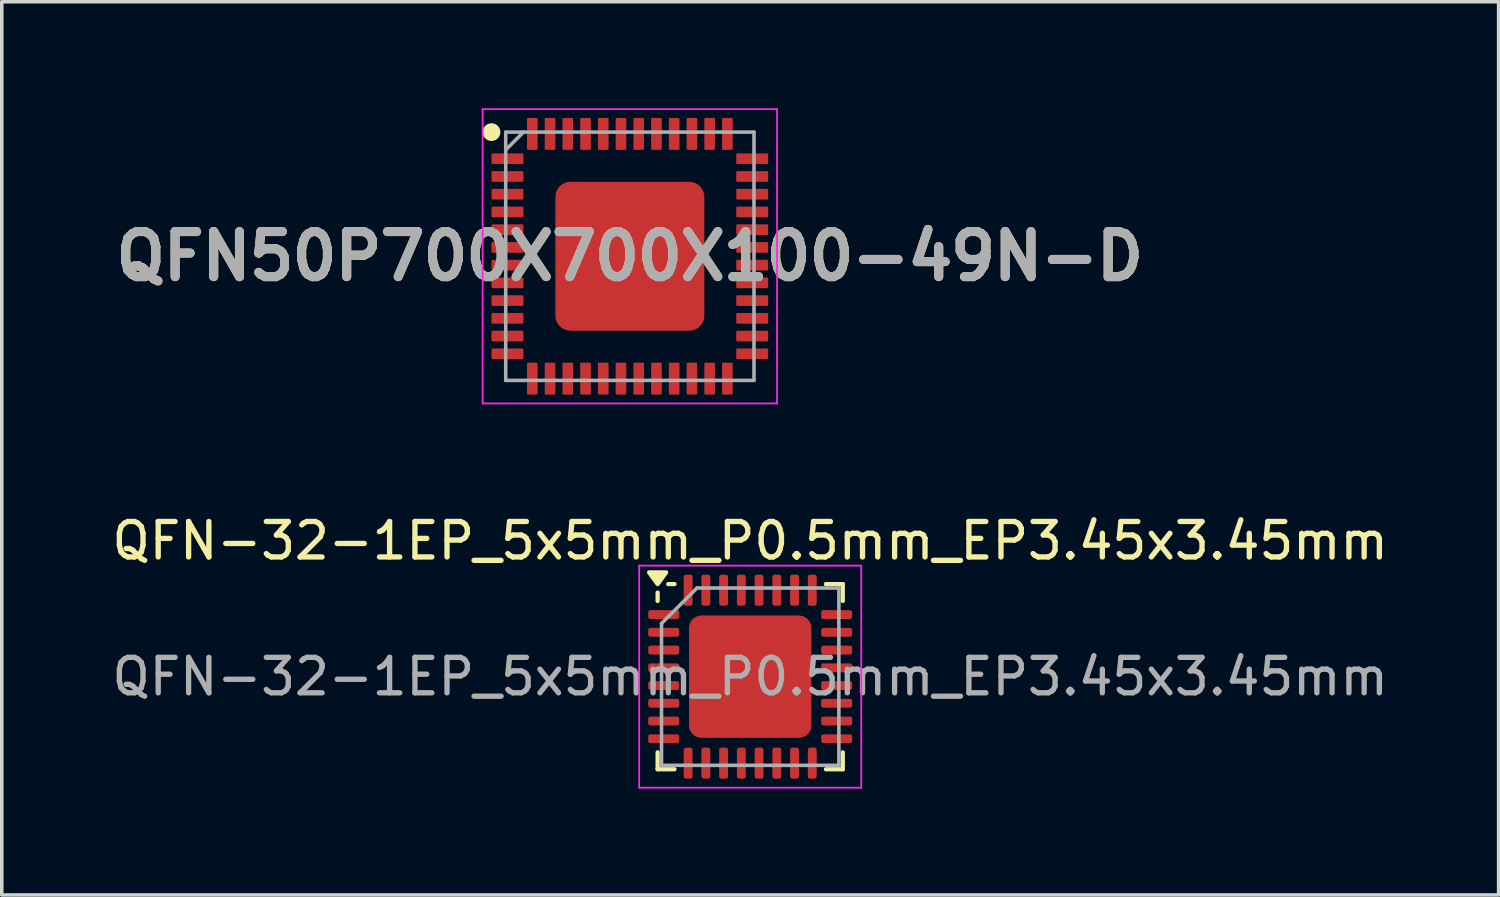
<source format=kicad_pcb>
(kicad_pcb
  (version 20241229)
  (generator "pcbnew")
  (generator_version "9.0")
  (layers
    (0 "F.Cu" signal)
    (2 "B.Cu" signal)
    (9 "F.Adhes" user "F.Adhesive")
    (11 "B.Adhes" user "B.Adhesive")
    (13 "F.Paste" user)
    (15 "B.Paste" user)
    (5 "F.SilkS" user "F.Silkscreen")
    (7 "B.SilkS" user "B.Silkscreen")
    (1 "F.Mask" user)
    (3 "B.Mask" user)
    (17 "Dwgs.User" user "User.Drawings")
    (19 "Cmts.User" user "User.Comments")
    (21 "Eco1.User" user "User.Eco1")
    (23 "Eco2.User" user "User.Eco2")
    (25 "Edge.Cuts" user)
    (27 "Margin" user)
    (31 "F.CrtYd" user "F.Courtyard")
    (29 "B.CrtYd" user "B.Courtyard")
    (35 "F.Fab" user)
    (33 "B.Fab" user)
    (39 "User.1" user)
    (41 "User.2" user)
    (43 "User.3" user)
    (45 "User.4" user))
  (footprint "QFN-32-1EP_5x5mm_P0.5mm_EP3.45x3.45mm"
    (layer "F.Cu")
    (at 18.101 16.028)
    (property "Reference" "QFN-32-1EP_5x5mm_P0.5mm_EP3.45x3.45mm" (at 0 -3.83 0) (layer "F.SilkS") (effects (font (size 1 1) (thickness 0.15))))
    (attr smd)
    (fp_line (start -2.61 -2.135) (end -2.61 -2.37) (stroke (width 0.12) (type solid)) (layer "F.SilkS"))
    (fp_line (start -2.61 2.61) (end -2.61 2.135) (stroke (width 0.12) (type solid)) (layer "F.SilkS"))
    (fp_line (start -2.135 -2.61) (end -2.31 -2.61) (stroke (width 0.12) (type solid)) (layer "F.SilkS"))
    (fp_line (start -2.135 2.61) (end -2.61 2.61) (stroke (width 0.12) (type solid)) (layer "F.SilkS"))
    (fp_line (start 2.135 -2.61) (end 2.61 -2.61) (stroke (width 0.12) (type solid)) (layer "F.SilkS"))
    (fp_line (start 2.135 2.61) (end 2.61 2.61) (stroke (width 0.12) (type solid)) (layer "F.SilkS"))
    (fp_line (start 2.61 -2.61) (end 2.61 -2.135) (stroke (width 0.12) (type solid)) (layer "F.SilkS"))
    (fp_line (start 2.61 2.61) (end 2.61 2.135) (stroke (width 0.12) (type solid)) (layer "F.SilkS"))
    (fp_poly (pts (xy -2.61 -2.61) (xy -2.85 -2.94) (xy -2.37 -2.94) (xy -2.61 -2.61)) (stroke (width 0.12) (type solid)) (fill yes) (layer "F.SilkS"))
    (fp_line (start -3.13 -3.13) (end -3.13 3.13) (stroke (width 0.05) (type solid)) (layer "F.CrtYd"))
    (fp_line (start -3.13 3.13) (end 3.13 3.13) (stroke (width 0.05) (type solid)) (layer "F.CrtYd"))
    (fp_line (start 3.13 -3.13) (end -3.13 -3.13) (stroke (width 0.05) (type solid)) (layer "F.CrtYd"))
    (fp_line (start 3.13 3.13) (end 3.13 -3.13) (stroke (width 0.05) (type solid)) (layer "F.CrtYd"))
    (fp_line (start -2.5 -1.5) (end -1.5 -2.5) (stroke (width 0.1) (type solid)) (layer "F.Fab"))
    (fp_line (start -2.5 2.5) (end -2.5 -1.5) (stroke (width 0.1) (type solid)) (layer "F.Fab"))
    (fp_line (start -1.5 -2.5) (end 2.5 -2.5) (stroke (width 0.1) (type solid)) (layer "F.Fab"))
    (fp_line (start 2.5 -2.5) (end 2.5 2.5) (stroke (width 0.1) (type solid)) (layer "F.Fab"))
    (fp_line (start 2.5 2.5) (end -2.5 2.5) (stroke (width 0.1) (type solid)) (layer "F.Fab"))
    (fp_text user "${REFERENCE}" (at 0 0 0) (layer "F.Fab") (effects (font (size 1 1) (thickness 0.15))))
    (pad "" smd roundrect (at -1.15 -1.15) (size 0.93 0.93) (layers "F.Paste") (roundrect_rratio 0.25))
    (pad "" smd roundrect (at -1.15 0) (size 0.93 0.93) (layers "F.Paste") (roundrect_rratio 0.25))
    (pad "" smd roundrect (at -1.15 1.15) (size 0.93 0.93) (layers "F.Paste") (roundrect_rratio 0.25))
    (pad "" smd roundrect (at 0 -1.15) (size 0.93 0.93) (layers "F.Paste") (roundrect_rratio 0.25))
    (pad "" smd roundrect (at 0 0) (size 0.93 0.93) (layers "F.Paste") (roundrect_rratio 0.25))
    (pad "" smd roundrect (at 0 1.15) (size 0.93 0.93) (layers "F.Paste") (roundrect_rratio 0.25))
    (pad "" smd roundrect (at 1.15 -1.15) (size 0.93 0.93) (layers "F.Paste") (roundrect_rratio 0.25))
    (pad "" smd roundrect (at 1.15 0) (size 0.93 0.93) (layers "F.Paste") (roundrect_rratio 0.25))
    (pad "" smd roundrect (at 1.15 1.15) (size 0.93 0.93) (layers "F.Paste") (roundrect_rratio 0.25))
    (pad "1" smd roundrect (at -2.438 -1.75) (size 0.875 0.25) (layers "F.Cu" "F.Mask" "F.Paste") (roundrect_rratio 0.25))
    (pad "2" smd roundrect (at -2.438 -1.25) (size 0.875 0.25) (layers "F.Cu" "F.Mask" "F.Paste") (roundrect_rratio 0.25))
    (pad "3" smd roundrect (at -2.438 -0.75) (size 0.875 0.25) (layers "F.Cu" "F.Mask" "F.Paste") (roundrect_rratio 0.25))
    (pad "4" smd roundrect (at -2.438 -0.25) (size 0.875 0.25) (layers "F.Cu" "F.Mask" "F.Paste") (roundrect_rratio 0.25))
    (pad "5" smd roundrect (at -2.438 0.25) (size 0.875 0.25) (layers "F.Cu" "F.Mask" "F.Paste") (roundrect_rratio 0.25))
    (pad "6" smd roundrect (at -2.438 0.75) (size 0.875 0.25) (layers "F.Cu" "F.Mask" "F.Paste") (roundrect_rratio 0.25))
    (pad "7" smd roundrect (at -2.438 1.25) (size 0.875 0.25) (layers "F.Cu" "F.Mask" "F.Paste") (roundrect_rratio 0.25))
    (pad "8" smd roundrect (at -2.438 1.75) (size 0.875 0.25) (layers "F.Cu" "F.Mask" "F.Paste") (roundrect_rratio 0.25))
    (pad "9" smd roundrect (at -1.75 2.438) (size 0.25 0.875) (layers "F.Cu" "F.Mask" "F.Paste") (roundrect_rratio 0.25))
    (pad "10" smd roundrect (at -1.25 2.438) (size 0.25 0.875) (layers "F.Cu" "F.Mask" "F.Paste") (roundrect_rratio 0.25))
    (pad "11" smd roundrect (at -0.75 2.438) (size 0.25 0.875) (layers "F.Cu" "F.Mask" "F.Paste") (roundrect_rratio 0.25))
    (pad "12" smd roundrect (at -0.25 2.438) (size 0.25 0.875) (layers "F.Cu" "F.Mask" "F.Paste") (roundrect_rratio 0.25))
    (pad "13" smd roundrect (at 0.25 2.438) (size 0.25 0.875) (layers "F.Cu" "F.Mask" "F.Paste") (roundrect_rratio 0.25))
    (pad "14" smd roundrect (at 0.75 2.438) (size 0.25 0.875) (layers "F.Cu" "F.Mask" "F.Paste") (roundrect_rratio 0.25))
    (pad "15" smd roundrect (at 1.25 2.438) (size 0.25 0.875) (layers "F.Cu" "F.Mask" "F.Paste") (roundrect_rratio 0.25))
    (pad "16" smd roundrect (at 1.75 2.438) (size 0.25 0.875) (layers "F.Cu" "F.Mask" "F.Paste") (roundrect_rratio 0.25))
    (pad "17" smd roundrect (at 2.438 1.75) (size 0.875 0.25) (layers "F.Cu" "F.Mask" "F.Paste") (roundrect_rratio 0.25))
    (pad "18" smd roundrect (at 2.438 1.25) (size 0.875 0.25) (layers "F.Cu" "F.Mask" "F.Paste") (roundrect_rratio 0.25))
    (pad "19" smd roundrect (at 2.438 0.75) (size 0.875 0.25) (layers "F.Cu" "F.Mask" "F.Paste") (roundrect_rratio 0.25))
    (pad "20" smd roundrect (at 2.438 0.25) (size 0.875 0.25) (layers "F.Cu" "F.Mask" "F.Paste") (roundrect_rratio 0.25))
    (pad "21" smd roundrect (at 2.438 -0.25) (size 0.875 0.25) (layers "F.Cu" "F.Mask" "F.Paste") (roundrect_rratio 0.25))
    (pad "22" smd roundrect (at 2.438 -0.75) (size 0.875 0.25) (layers "F.Cu" "F.Mask" "F.Paste") (roundrect_rratio 0.25))
    (pad "23" smd roundrect (at 2.438 -1.25) (size 0.875 0.25) (layers "F.Cu" "F.Mask" "F.Paste") (roundrect_rratio 0.25))
    (pad "24" smd roundrect (at 2.438 -1.75) (size 0.875 0.25) (layers "F.Cu" "F.Mask" "F.Paste") (roundrect_rratio 0.25))
    (pad "25" smd roundrect (at 1.75 -2.438) (size 0.25 0.875) (layers "F.Cu" "F.Mask" "F.Paste") (roundrect_rratio 0.25))
    (pad "26" smd roundrect (at 1.25 -2.438) (size 0.25 0.875) (layers "F.Cu" "F.Mask" "F.Paste") (roundrect_rratio 0.25))
    (pad "27" smd roundrect (at 0.75 -2.438) (size 0.25 0.875) (layers "F.Cu" "F.Mask" "F.Paste") (roundrect_rratio 0.25))
    (pad "28" smd roundrect (at 0.25 -2.438) (size 0.25 0.875) (layers "F.Cu" "F.Mask" "F.Paste") (roundrect_rratio 0.25))
    (pad "29" smd roundrect (at -0.25 -2.438) (size 0.25 0.875) (layers "F.Cu" "F.Mask" "F.Paste") (roundrect_rratio 0.25))
    (pad "30" smd roundrect (at -0.75 -2.438) (size 0.25 0.875) (layers "F.Cu" "F.Mask" "F.Paste") (roundrect_rratio 0.25))
    (pad "31" smd roundrect (at -1.25 -2.438) (size 0.25 0.875) (layers "F.Cu" "F.Mask" "F.Paste") (roundrect_rratio 0.25))
    (pad "32" smd roundrect (at -1.75 -2.438) (size 0.25 0.875) (layers "F.Cu" "F.Mask" "F.Paste") (roundrect_rratio 0.25))
    (pad "33" smd roundrect (at 0 0) (size 3.45 3.45) (property pad_prop_heatsink) (layers "F.Cu" "F.Mask") (roundrect_rratio 0.1)))
  (footprint "QFN50P700X700X100-49N-D"
    (layer "F.Cu")
    (at 14.708 4.175)
    (property "Reference" "QFN50P700X700X100-49N-D" (at 0 0 0) (layer "F.SilkS") (effects (font (size 1.27 1.27) (thickness 0.254))))
    (attr smd)
    (fp_circle (center -3.9 -3.5) (end -3.9 -3.375) (stroke (width 0.25) (type solid)) (fill no) (layer "F.SilkS"))
    (fp_line (start -4.15 -4.15) (end 4.15 -4.15) (stroke (width 0.05) (type solid)) (layer "F.CrtYd"))
    (fp_line (start -4.15 4.15) (end -4.15 -4.15) (stroke (width 0.05) (type solid)) (layer "F.CrtYd"))
    (fp_line (start 4.15 -4.15) (end 4.15 4.15) (stroke (width 0.05) (type solid)) (layer "F.CrtYd"))
    (fp_line (start 4.15 4.15) (end -4.15 4.15) (stroke (width 0.05) (type solid)) (layer "F.CrtYd"))
    (fp_line (start -3.5 -3.5) (end 3.5 -3.5) (stroke (width 0.1) (type solid)) (layer "F.Fab"))
    (fp_line (start -3.5 -3) (end -3 -3.5) (stroke (width 0.1) (type solid)) (layer "F.Fab"))
    (fp_line (start -3.5 3.5) (end -3.5 -3.5) (stroke (width 0.1) (type solid)) (layer "F.Fab"))
    (fp_line (start 3.5 -3.5) (end 3.5 3.5) (stroke (width 0.1) (type solid)) (layer "F.Fab"))
    (fp_line (start 3.5 3.5) (end -3.5 3.5) (stroke (width 0.1) (type solid)) (layer "F.Fab"))
    (fp_text user "${REFERENCE}" (at 0 0 0) (layer "F.Fab") (effects (font (size 1.27 1.27) (thickness 0.254))))
    (pad "1" smd roundrect (at -3.45 -2.75 90) (size 0.3 0.9) (layers "F.Cu" "F.Mask" "F.Paste") (roundrect_rratio 0.1))
    (pad "2" smd roundrect (at -3.45 -2.25 90) (size 0.3 0.9) (layers "F.Cu" "F.Mask" "F.Paste") (roundrect_rratio 0.1))
    (pad "3" smd roundrect (at -3.45 -1.75 90) (size 0.3 0.9) (layers "F.Cu" "F.Mask" "F.Paste") (roundrect_rratio 0.1))
    (pad "4" smd roundrect (at -3.45 -1.25 90) (size 0.3 0.9) (layers "F.Cu" "F.Mask" "F.Paste") (roundrect_rratio 0.1))
    (pad "5" smd roundrect (at -3.45 -0.75 90) (size 0.3 0.9) (layers "F.Cu" "F.Mask" "F.Paste") (roundrect_rratio 0.1))
    (pad "6" smd roundrect (at -3.45 -0.25 90) (size 0.3 0.9) (layers "F.Cu" "F.Mask" "F.Paste") (roundrect_rratio 0.1))
    (pad "7" smd roundrect (at -3.45 0.25 90) (size 0.3 0.9) (layers "F.Cu" "F.Mask" "F.Paste") (roundrect_rratio 0.1))
    (pad "8" smd roundrect (at -3.45 0.75 90) (size 0.3 0.9) (layers "F.Cu" "F.Mask" "F.Paste") (roundrect_rratio 0.1))
    (pad "9" smd roundrect (at -3.45 1.25 90) (size 0.3 0.9) (layers "F.Cu" "F.Mask" "F.Paste") (roundrect_rratio 0.1))
    (pad "10" smd roundrect (at -3.45 1.75 90) (size 0.3 0.9) (layers "F.Cu" "F.Mask" "F.Paste") (roundrect_rratio 0.1))
    (pad "11" smd roundrect (at -3.45 2.25 90) (size 0.3 0.9) (layers "F.Cu" "F.Mask" "F.Paste") (roundrect_rratio 0.1))
    (pad "12" smd roundrect (at -3.45 2.75 90) (size 0.3 0.9) (layers "F.Cu" "F.Mask" "F.Paste") (roundrect_rratio 0.1))
    (pad "13" smd roundrect (at -2.75 3.45) (size 0.3 0.9) (layers "F.Cu" "F.Mask" "F.Paste") (roundrect_rratio 0.1))
    (pad "14" smd roundrect (at -2.25 3.45) (size 0.3 0.9) (layers "F.Cu" "F.Mask" "F.Paste") (roundrect_rratio 0.1))
    (pad "15" smd roundrect (at -1.75 3.45) (size 0.3 0.9) (layers "F.Cu" "F.Mask" "F.Paste") (roundrect_rratio 0.1))
    (pad "16" smd roundrect (at -1.25 3.45) (size 0.3 0.9) (layers "F.Cu" "F.Mask" "F.Paste") (roundrect_rratio 0.1))
    (pad "17" smd roundrect (at -0.75 3.45) (size 0.3 0.9) (layers "F.Cu" "F.Mask" "F.Paste") (roundrect_rratio 0.1))
    (pad "18" smd roundrect (at -0.25 3.45) (size 0.3 0.9) (layers "F.Cu" "F.Mask" "F.Paste") (roundrect_rratio 0.1))
    (pad "19" smd roundrect (at 0.25 3.45) (size 0.3 0.9) (layers "F.Cu" "F.Mask" "F.Paste") (roundrect_rratio 0.1))
    (pad "20" smd roundrect (at 0.75 3.45) (size 0.3 0.9) (layers "F.Cu" "F.Mask" "F.Paste") (roundrect_rratio 0.1))
    (pad "21" smd roundrect (at 1.25 3.45) (size 0.3 0.9) (layers "F.Cu" "F.Mask" "F.Paste") (roundrect_rratio 0.1))
    (pad "22" smd roundrect (at 1.75 3.45) (size 0.3 0.9) (layers "F.Cu" "F.Mask" "F.Paste") (roundrect_rratio 0.1))
    (pad "23" smd roundrect (at 2.25 3.45) (size 0.3 0.9) (layers "F.Cu" "F.Mask" "F.Paste") (roundrect_rratio 0.1))
    (pad "24" smd roundrect (at 2.75 3.45) (size 0.3 0.9) (layers "F.Cu" "F.Mask" "F.Paste") (roundrect_rratio 0.1))
    (pad "25" smd roundrect (at 3.45 2.75 90) (size 0.3 0.9) (layers "F.Cu" "F.Mask" "F.Paste") (roundrect_rratio 0.1))
    (pad "26" smd roundrect (at 3.45 2.25 90) (size 0.3 0.9) (layers "F.Cu" "F.Mask" "F.Paste") (roundrect_rratio 0.1))
    (pad "27" smd roundrect (at 3.45 1.75 90) (size 0.3 0.9) (layers "F.Cu" "F.Mask" "F.Paste") (roundrect_rratio 0.1))
    (pad "28" smd roundrect (at 3.45 1.25 90) (size 0.3 0.9) (layers "F.Cu" "F.Mask" "F.Paste") (roundrect_rratio 0.1))
    (pad "29" smd roundrect (at 3.45 0.75 90) (size 0.3 0.9) (layers "F.Cu" "F.Mask" "F.Paste") (roundrect_rratio 0.1))
    (pad "30" smd roundrect (at 3.45 0.25 90) (size 0.3 0.9) (layers "F.Cu" "F.Mask" "F.Paste") (roundrect_rratio 0.1))
    (pad "31" smd roundrect (at 3.45 -0.25 90) (size 0.3 0.9) (layers "F.Cu" "F.Mask" "F.Paste") (roundrect_rratio 0.1))
    (pad "32" smd roundrect (at 3.45 -0.75 90) (size 0.3 0.9) (layers "F.Cu" "F.Mask" "F.Paste") (roundrect_rratio 0.1))
    (pad "33" smd roundrect (at 3.45 -1.25 90) (size 0.3 0.9) (layers "F.Cu" "F.Mask" "F.Paste") (roundrect_rratio 0.1))
    (pad "34" smd roundrect (at 3.45 -1.75 90) (size 0.3 0.9) (layers "F.Cu" "F.Mask" "F.Paste") (roundrect_rratio 0.1))
    (pad "35" smd roundrect (at 3.45 -2.25 90) (size 0.3 0.9) (layers "F.Cu" "F.Mask" "F.Paste") (roundrect_rratio 0.1))
    (pad "36" smd roundrect (at 3.45 -2.75 90) (size 0.3 0.9) (layers "F.Cu" "F.Mask" "F.Paste") (roundrect_rratio 0.1))
    (pad "37" smd roundrect (at 2.75 -3.45) (size 0.3 0.9) (layers "F.Cu" "F.Mask" "F.Paste") (roundrect_rratio 0.1))
    (pad "38" smd roundrect (at 2.25 -3.45) (size 0.3 0.9) (layers "F.Cu" "F.Mask" "F.Paste") (roundrect_rratio 0.1))
    (pad "39" smd roundrect (at 1.75 -3.45) (size 0.3 0.9) (layers "F.Cu" "F.Mask" "F.Paste") (roundrect_rratio 0.1))
    (pad "40" smd roundrect (at 1.25 -3.45) (size 0.3 0.9) (layers "F.Cu" "F.Mask" "F.Paste") (roundrect_rratio 0.1))
    (pad "41" smd roundrect (at 0.75 -3.45) (size 0.3 0.9) (layers "F.Cu" "F.Mask" "F.Paste") (roundrect_rratio 0.1))
    (pad "42" smd roundrect (at 0.25 -3.45) (size 0.3 0.9) (layers "F.Cu" "F.Mask" "F.Paste") (roundrect_rratio 0.1))
    (pad "43" smd roundrect (at -0.25 -3.45) (size 0.3 0.9) (layers "F.Cu" "F.Mask" "F.Paste") (roundrect_rratio 0.1))
    (pad "44" smd roundrect (at -0.75 -3.45) (size 0.3 0.9) (layers "F.Cu" "F.Mask" "F.Paste") (roundrect_rratio 0.1))
    (pad "45" smd roundrect (at -1.25 -3.45) (size 0.3 0.9) (layers "F.Cu" "F.Mask" "F.Paste") (roundrect_rratio 0.1))
    (pad "46" smd roundrect (at -1.75 -3.45) (size 0.3 0.9) (layers "F.Cu" "F.Mask" "F.Paste") (roundrect_rratio 0.1))
    (pad "47" smd roundrect (at -2.25 -3.45) (size 0.3 0.9) (layers "F.Cu" "F.Mask" "F.Paste") (roundrect_rratio 0.1))
    (pad "48" smd roundrect (at -2.75 -3.45) (size 0.3 0.9) (layers "F.Cu" "F.Mask" "F.Paste") (roundrect_rratio 0.1))
    (pad "49" smd roundrect (at 0 0) (size 4.2 4.2) (layers "F.Cu" "F.Mask" "F.Paste") (roundrect_rratio 0.1)))
  (gr_rect
    (start -3 -3)
    (end 39.202 22.183)
    (stroke (width 0.1) (type default))
    (fill no)
    (layer "Edge.Cuts")))
</source>
